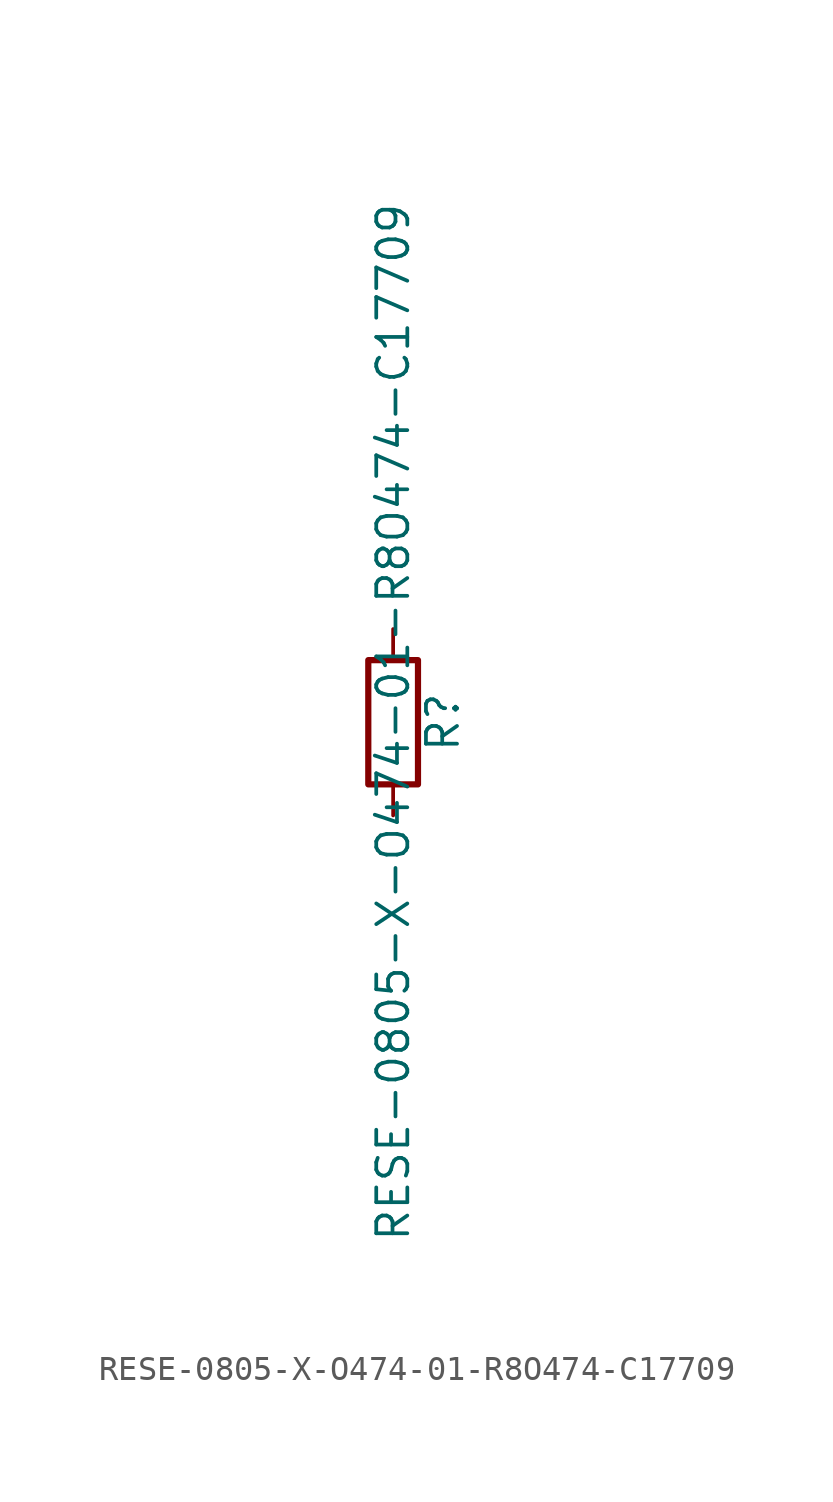
<source format=kicad_sym>
(kicad_symbol_lib
  (version 20211014)
  (generator kicad_symbol_editor)
  (symbol "RESE-0805-X-O474-01-R8O474-C17709"
    (pin_numbers hide)
    (pin_names
      (offset 0))
    (property "Reference" "R"
      (at 2.032 0 90)
      (effects (font (size 1.27 1.27))))
    (property "Value" "RESE-0805-X-O474-01-R8O474-C17709"
      (at 0 0 90)
      (effects (font (size 1.27 1.27))))
    (symbol "RESE-0805-X-O474-01-R8O474-C17709_0_1"
      (rectangle (start -1.016 -2.54) (end 1.016 2.54) (stroke (width 0.254) (type default) (color 0 0 0 0)) (fill (type none))))
    (symbol "RESE-0805-X-O474-01-R8O474-C17709_1_1"
      (pin passive line (at 0 3.81 270) (length 1.27) (name "~" (effects (font (size 1.27 1.27)))) (number "1" (effects (font (size 1.27 1.27)))))
      (pin passive line (at 0 -3.81 90) (length 1.27) (name "~" (effects (font (size 1.27 1.27)))) (number "2" (effects (font (size 1.27 1.27))))))))
</source>
